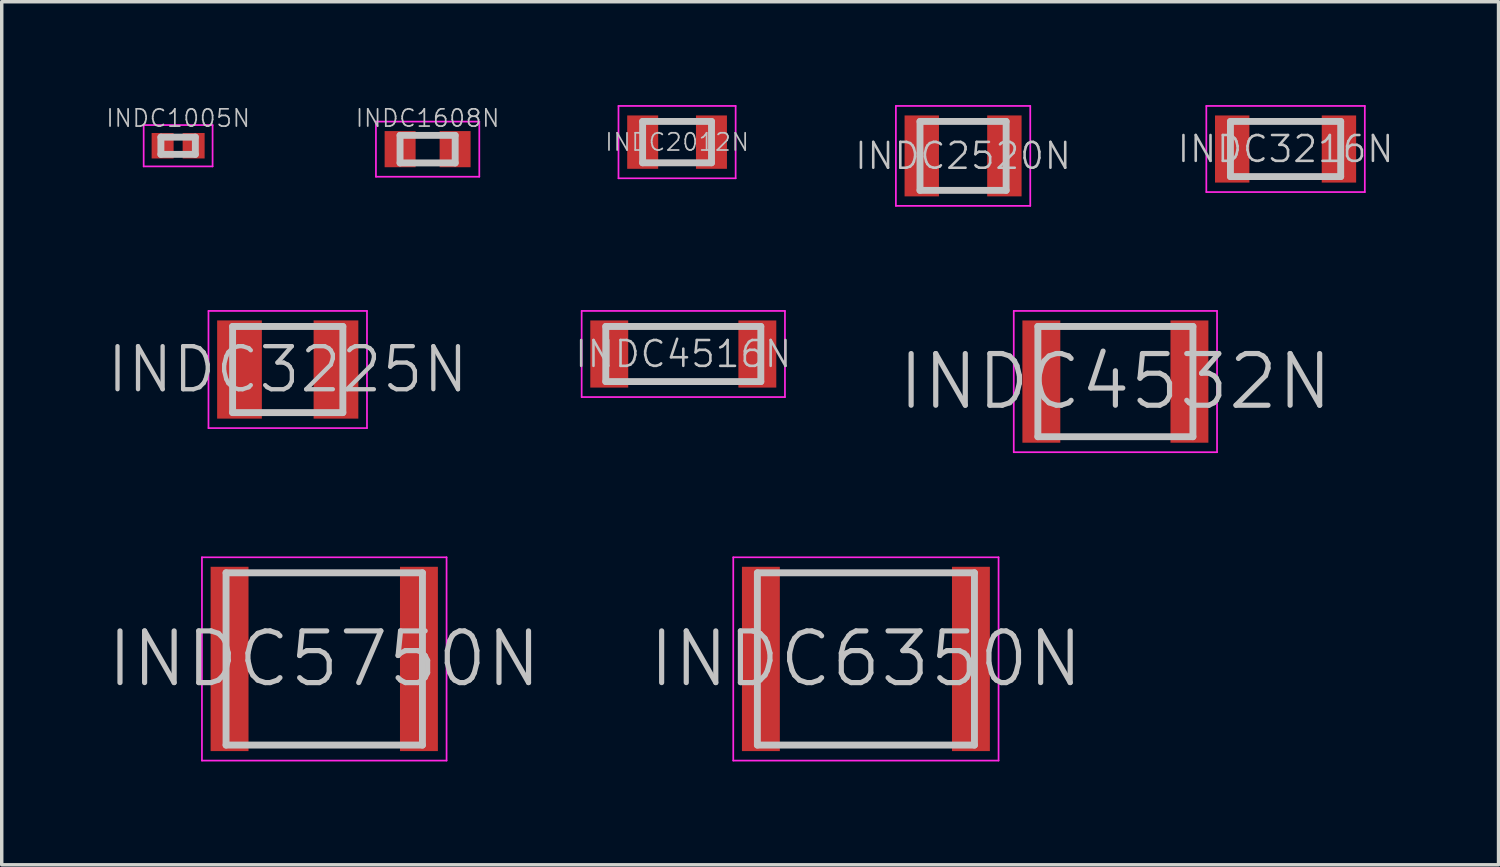
<source format=kicad_pcb>
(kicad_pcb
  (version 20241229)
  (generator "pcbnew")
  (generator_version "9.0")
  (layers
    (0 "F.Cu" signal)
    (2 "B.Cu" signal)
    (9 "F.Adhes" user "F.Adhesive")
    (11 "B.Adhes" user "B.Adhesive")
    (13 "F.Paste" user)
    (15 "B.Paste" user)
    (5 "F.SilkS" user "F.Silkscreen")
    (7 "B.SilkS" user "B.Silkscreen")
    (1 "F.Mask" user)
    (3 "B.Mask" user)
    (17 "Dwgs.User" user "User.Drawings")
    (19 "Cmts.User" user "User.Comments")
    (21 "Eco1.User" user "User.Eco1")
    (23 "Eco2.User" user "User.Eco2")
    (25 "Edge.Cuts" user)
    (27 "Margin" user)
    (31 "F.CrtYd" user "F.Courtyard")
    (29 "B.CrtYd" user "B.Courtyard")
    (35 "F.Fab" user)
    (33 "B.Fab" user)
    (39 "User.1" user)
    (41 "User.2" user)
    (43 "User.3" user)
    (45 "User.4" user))
  (footprint "INDC2520N"
    (layer "F.Cu")
    (at 24.902 1.475)
    (property "Reference" "INDC2520N" (at 0 0 0) (layer "Dwgs.User") (effects (font (size 0.75 0.75) (thickness 0.075))))
    (attr smd)
    (fp_line (start -1.25 -1) (end -1.25 1) (stroke (width 0.2) (type solid)) (layer "Dwgs.User"))
    (fp_line (start -1.25 -1) (end 1.25 -1) (stroke (width 0.2) (type solid)) (layer "Dwgs.User"))
    (fp_line (start -1.25 1) (end 1.25 1) (stroke (width 0.2) (type solid)) (layer "Dwgs.User"))
    (fp_line (start 1.25 -1) (end 1.25 1) (stroke (width 0.2) (type solid)) (layer "Dwgs.User"))
    (fp_line (start -1.95 -1.45) (end -1.95 1.45) (stroke (width 0.05) (type solid)) (layer "F.CrtYd"))
    (fp_line (start -1.95 -1.45) (end 1.95 -1.45) (stroke (width 0.05) (type solid)) (layer "F.CrtYd"))
    (fp_line (start -1.95 1.45) (end 1.95 1.45) (stroke (width 0.05) (type solid)) (layer "F.CrtYd"))
    (fp_line (start 1.95 -1.45) (end 1.95 1.45) (stroke (width 0.05) (type solid)) (layer "F.CrtYd"))
    (pad "1" smd rect (at -1.199 0 90) (size 2.349 0.998) (layers "F.Cu" "F.Mask" "F.Paste"))
    (pad "2" smd rect (at 1.199 0 270) (size 2.349 0.998) (layers "F.Cu" "F.Mask" "F.Paste")))
  (footprint "INDC3225N"
    (layer "F.Cu")
    (at 5.301 7.675)
    (property "Reference" "INDC3225N" (at 0 0 0) (layer "Dwgs.User") (effects (font (size 1.25 1.25) (thickness 0.125))))
    (attr smd)
    (fp_line (start -1.6 -1.25) (end -1.6 1.25) (stroke (width 0.2) (type solid)) (layer "Dwgs.User"))
    (fp_line (start -1.6 -1.25) (end 1.6 -1.25) (stroke (width 0.2) (type solid)) (layer "Dwgs.User"))
    (fp_line (start -1.6 1.25) (end 1.6 1.25) (stroke (width 0.2) (type solid)) (layer "Dwgs.User"))
    (fp_line (start 1.6 -1.25) (end 1.6 1.25) (stroke (width 0.2) (type solid)) (layer "Dwgs.User"))
    (fp_line (start -2.3 -1.7) (end -2.3 1.7) (stroke (width 0.05) (type solid)) (layer "F.CrtYd"))
    (fp_line (start -2.3 -1.7) (end 2.3 -1.7) (stroke (width 0.05) (type solid)) (layer "F.CrtYd"))
    (fp_line (start -2.3 1.7) (end 2.3 1.7) (stroke (width 0.05) (type solid)) (layer "F.CrtYd"))
    (fp_line (start 2.3 -1.7) (end 2.3 1.7) (stroke (width 0.05) (type solid)) (layer "F.CrtYd"))
    (pad "1" smd rect (at -1.4 0 90) (size 2.85 1.298) (layers "F.Cu" "F.Mask" "F.Paste"))
    (pad "2" smd rect (at 1.4 0 270) (size 2.85 1.298) (layers "F.Cu" "F.Mask" "F.Paste")))
  (footprint "INDC5750N"
    (layer "F.Cu")
    (at 6.361 16.075)
    (property "Reference" "INDC5750N" (at 0 0 0) (layer "Dwgs.User") (effects (font (size 1.5 1.5) (thickness 0.15))))
    (attr smd)
    (fp_line (start -2.85 -2.5) (end -2.85 2.5) (stroke (width 0.2) (type solid)) (layer "Dwgs.User"))
    (fp_line (start -2.85 -2.5) (end 2.85 -2.5) (stroke (width 0.2) (type solid)) (layer "Dwgs.User"))
    (fp_line (start -2.85 2.5) (end 2.85 2.5) (stroke (width 0.2) (type solid)) (layer "Dwgs.User"))
    (fp_line (start 2.85 -2.5) (end 2.85 2.5) (stroke (width 0.2) (type solid)) (layer "Dwgs.User"))
    (fp_line (start -3.55 -2.95) (end -3.55 2.95) (stroke (width 0.05) (type solid)) (layer "F.CrtYd"))
    (fp_line (start -3.55 -2.95) (end 3.55 -2.95) (stroke (width 0.05) (type solid)) (layer "F.CrtYd"))
    (fp_line (start -3.55 2.95) (end 3.55 2.95) (stroke (width 0.05) (type solid)) (layer "F.CrtYd"))
    (fp_line (start 3.55 -2.95) (end 3.55 2.95) (stroke (width 0.05) (type solid)) (layer "F.CrtYd"))
    (pad "1" smd rect (at -2.748 0 90) (size 5.349 1.1) (layers "F.Cu" "F.Mask" "F.Paste"))
    (pad "2" smd rect (at 2.748 0 270) (size 5.349 1.1) (layers "F.Cu" "F.Mask" "F.Paste")))
  (footprint "INDC3216N"
    (layer "F.Cu")
    (at 34.262 1.275)
    (property "Reference" "INDC3216N" (at 0 0 0) (layer "Dwgs.User") (effects (font (size 0.75 0.75) (thickness 0.075))))
    (attr smd)
    (fp_line (start -1.6 -0.8) (end -1.6 0.8) (stroke (width 0.2) (type solid)) (layer "Dwgs.User"))
    (fp_line (start -1.6 -0.8) (end 1.6 -0.8) (stroke (width 0.2) (type solid)) (layer "Dwgs.User"))
    (fp_line (start -1.6 0.8) (end 1.6 0.8) (stroke (width 0.2) (type solid)) (layer "Dwgs.User"))
    (fp_line (start 1.6 -0.8) (end 1.6 0.8) (stroke (width 0.2) (type solid)) (layer "Dwgs.User"))
    (fp_line (start -2.3 -1.25) (end -2.3 1.25) (stroke (width 0.05) (type solid)) (layer "F.CrtYd"))
    (fp_line (start -2.3 -1.25) (end 2.3 -1.25) (stroke (width 0.05) (type solid)) (layer "F.CrtYd"))
    (fp_line (start -2.3 1.25) (end 2.3 1.25) (stroke (width 0.05) (type solid)) (layer "F.CrtYd"))
    (fp_line (start 2.3 -1.25) (end 2.3 1.25) (stroke (width 0.05) (type solid)) (layer "F.CrtYd"))
    (pad "1" smd rect (at -1.549 0 90) (size 1.948 0.998) (layers "F.Cu" "F.Mask" "F.Paste"))
    (pad "2" smd rect (at 1.549 0 270) (size 1.948 0.998) (layers "F.Cu" "F.Mask" "F.Paste")))
  (footprint "INDC4532N"
    (layer "F.Cu")
    (at 29.323 8.025)
    (property "Reference" "INDC4532N" (at 0 0 0) (layer "Dwgs.User") (effects (font (size 1.5 1.5) (thickness 0.15))))
    (attr smd)
    (fp_line (start -2.25 -1.6) (end -2.25 1.6) (stroke (width 0.2) (type solid)) (layer "Dwgs.User"))
    (fp_line (start -2.25 -1.6) (end 2.25 -1.6) (stroke (width 0.2) (type solid)) (layer "Dwgs.User"))
    (fp_line (start -2.25 1.6) (end 2.25 1.6) (stroke (width 0.2) (type solid)) (layer "Dwgs.User"))
    (fp_line (start 2.25 -1.6) (end 2.25 1.6) (stroke (width 0.2) (type solid)) (layer "Dwgs.User"))
    (fp_line (start -2.95 -2.05) (end -2.95 2.05) (stroke (width 0.05) (type solid)) (layer "F.CrtYd"))
    (fp_line (start -2.95 -2.05) (end 2.95 -2.05) (stroke (width 0.05) (type solid)) (layer "F.CrtYd"))
    (fp_line (start -2.95 2.05) (end 2.95 2.05) (stroke (width 0.05) (type solid)) (layer "F.CrtYd"))
    (fp_line (start 2.95 -2.05) (end 2.95 2.05) (stroke (width 0.05) (type solid)) (layer "F.CrtYd"))
    (pad "1" smd rect (at -2.149 0 90) (size 3.548 1.1) (layers "F.Cu" "F.Mask" "F.Paste"))
    (pad "2" smd rect (at 2.149 0 270) (size 3.548 1.1) (layers "F.Cu" "F.Mask" "F.Paste")))
  (footprint "INDC6350N"
    (layer "F.Cu")
    (at 22.082 16.075)
    (property "Reference" "INDC6350N" (at 0 0 0) (layer "Dwgs.User") (effects (font (size 1.5 1.5) (thickness 0.15))))
    (attr smd)
    (fp_line (start -3.15 -2.5) (end -3.15 2.5) (stroke (width 0.2) (type solid)) (layer "Dwgs.User"))
    (fp_line (start -3.15 -2.5) (end 3.15 -2.5) (stroke (width 0.2) (type solid)) (layer "Dwgs.User"))
    (fp_line (start -3.15 2.5) (end 3.15 2.5) (stroke (width 0.2) (type solid)) (layer "Dwgs.User"))
    (fp_line (start 3.15 -2.5) (end 3.15 2.5) (stroke (width 0.2) (type solid)) (layer "Dwgs.User"))
    (fp_line (start -3.85 -2.95) (end -3.85 2.95) (stroke (width 0.05) (type solid)) (layer "F.CrtYd"))
    (fp_line (start -3.85 -2.95) (end 3.85 -2.95) (stroke (width 0.05) (type solid)) (layer "F.CrtYd"))
    (fp_line (start -3.85 2.95) (end 3.85 2.95) (stroke (width 0.05) (type solid)) (layer "F.CrtYd"))
    (fp_line (start 3.85 -2.95) (end 3.85 2.95) (stroke (width 0.05) (type solid)) (layer "F.CrtYd"))
    (pad "1" smd rect (at -3.048 0 90) (size 5.349 1.1) (layers "F.Cu" "F.Mask" "F.Paste"))
    (pad "2" smd rect (at 3.048 0 270) (size 5.349 1.1) (layers "F.Cu" "F.Mask" "F.Paste")))
  (footprint "INDC1005N"
    (layer "F.Cu")
    (at 2.12 1.18)
    (property "Reference" "INDC1005N" (at 0 -0.8 0) (layer "Dwgs.User") (effects (font (size 0.5 0.5) (thickness 0.05))))
    (attr smd)
    (fp_line (start -0.5 -0.25) (end -0.5 0.25) (stroke (width 0.2) (type solid)) (layer "Dwgs.User"))
    (fp_line (start -0.5 -0.25) (end 0.5 -0.25) (stroke (width 0.2) (type solid)) (layer "Dwgs.User"))
    (fp_line (start -0.5 0.25) (end 0.5 0.25) (stroke (width 0.2) (type solid)) (layer "Dwgs.User"))
    (fp_line (start 0.5 -0.25) (end 0.5 0.25) (stroke (width 0.2) (type solid)) (layer "Dwgs.User"))
    (fp_line (start -1 -0.6) (end -1 0.6) (stroke (width 0.05) (type solid)) (layer "F.CrtYd"))
    (fp_line (start -1 -0.6) (end 1 -0.6) (stroke (width 0.05) (type solid)) (layer "F.CrtYd"))
    (fp_line (start -1 0.6) (end 1 0.6) (stroke (width 0.05) (type solid)) (layer "F.CrtYd"))
    (fp_line (start 1 -0.6) (end 1 0.6) (stroke (width 0.05) (type solid)) (layer "F.CrtYd"))
    (pad "1" smd rect (at -0.45 0 90) (size 0.739 0.638) (layers "F.Cu" "F.Mask" "F.Paste"))
    (pad "2" smd rect (at 0.45 0 270) (size 0.739 0.638) (layers "F.Cu" "F.Mask" "F.Paste")))
  (footprint "INDC1608N"
    (layer "F.Cu")
    (at 9.361 1.279)
    (property "Reference" "INDC1608N" (at 0 -0.899 0) (layer "Dwgs.User") (effects (font (size 0.5 0.5) (thickness 0.05))))
    (attr smd)
    (fp_line (start -0.8 -0.4) (end -0.8 0.4) (stroke (width 0.2) (type solid)) (layer "Dwgs.User"))
    (fp_line (start -0.8 -0.4) (end 0.8 -0.4) (stroke (width 0.2) (type solid)) (layer "Dwgs.User"))
    (fp_line (start -0.8 0.4) (end 0.8 0.4) (stroke (width 0.2) (type solid)) (layer "Dwgs.User"))
    (fp_line (start 0.8 -0.4) (end 0.8 0.4) (stroke (width 0.2) (type solid)) (layer "Dwgs.User"))
    (fp_line (start -1.5 -0.8) (end -1.5 0.8) (stroke (width 0.05) (type solid)) (layer "F.CrtYd"))
    (fp_line (start -1.5 -0.8) (end 1.5 -0.8) (stroke (width 0.05) (type solid)) (layer "F.CrtYd"))
    (fp_line (start -1.5 0.8) (end 1.5 0.8) (stroke (width 0.05) (type solid)) (layer "F.CrtYd"))
    (fp_line (start 1.5 -0.8) (end 1.5 0.8) (stroke (width 0.05) (type solid)) (layer "F.CrtYd"))
    (pad "1" smd rect (at -0.798 0 90) (size 1.049 0.899) (layers "F.Cu" "F.Mask" "F.Paste"))
    (pad "2" smd rect (at 0.798 0 270) (size 1.049 0.899) (layers "F.Cu" "F.Mask" "F.Paste")))
  (footprint "INDC2012N"
    (layer "F.Cu")
    (at 16.601 1.075)
    (property "Reference" "INDC2012N" (at 0 0 0) (layer "Dwgs.User") (effects (font (size 0.5 0.5) (thickness 0.05))))
    (attr smd)
    (fp_line (start -1 -0.6) (end -1 0.6) (stroke (width 0.2) (type solid)) (layer "Dwgs.User"))
    (fp_line (start -1 -0.6) (end 1 -0.6) (stroke (width 0.2) (type solid)) (layer "Dwgs.User"))
    (fp_line (start -1 0.6) (end 1 0.6) (stroke (width 0.2) (type solid)) (layer "Dwgs.User"))
    (fp_line (start 1 -0.6) (end 1 0.6) (stroke (width 0.2) (type solid)) (layer "Dwgs.User"))
    (fp_line (start -1.7 -1.05) (end -1.7 1.05) (stroke (width 0.05) (type solid)) (layer "F.CrtYd"))
    (fp_line (start -1.7 -1.05) (end 1.7 -1.05) (stroke (width 0.05) (type solid)) (layer "F.CrtYd"))
    (fp_line (start -1.7 1.05) (end 1.7 1.05) (stroke (width 0.05) (type solid)) (layer "F.CrtYd"))
    (fp_line (start 1.7 -1.05) (end 1.7 1.05) (stroke (width 0.05) (type solid)) (layer "F.CrtYd"))
    (pad "1" smd rect (at -0.998 0 90) (size 1.549 0.899) (layers "F.Cu" "F.Mask" "F.Paste"))
    (pad "2" smd rect (at 0.998 0 270) (size 1.549 0.899) (layers "F.Cu" "F.Mask" "F.Paste")))
  (footprint "INDC4516N"
    (layer "F.Cu")
    (at 16.782 7.225)
    (property "Reference" "INDC4516N" (at 0 0 0) (layer "Dwgs.User") (effects (font (size 0.75 0.75) (thickness 0.075))))
    (attr smd)
    (fp_line (start -2.25 -0.8) (end -2.25 0.8) (stroke (width 0.2) (type solid)) (layer "Dwgs.User"))
    (fp_line (start -2.25 -0.8) (end 2.25 -0.8) (stroke (width 0.2) (type solid)) (layer "Dwgs.User"))
    (fp_line (start -2.25 0.8) (end 2.25 0.8) (stroke (width 0.2) (type solid)) (layer "Dwgs.User"))
    (fp_line (start 2.25 -0.8) (end 2.25 0.8) (stroke (width 0.2) (type solid)) (layer "Dwgs.User"))
    (fp_line (start -2.95 -1.25) (end -2.95 1.25) (stroke (width 0.05) (type solid)) (layer "F.CrtYd"))
    (fp_line (start -2.95 -1.25) (end 2.95 -1.25) (stroke (width 0.05) (type solid)) (layer "F.CrtYd"))
    (fp_line (start -2.95 1.25) (end 2.95 1.25) (stroke (width 0.05) (type solid)) (layer "F.CrtYd"))
    (fp_line (start 2.95 -1.25) (end 2.95 1.25) (stroke (width 0.05) (type solid)) (layer "F.CrtYd"))
    (pad "1" smd rect (at -2.149 0 90) (size 1.948 1.1) (layers "F.Cu" "F.Mask" "F.Paste"))
    (pad "2" smd rect (at 2.149 0 270) (size 1.948 1.1) (layers "F.Cu" "F.Mask" "F.Paste")))
  (gr_rect
    (start -3 -3)
    (end 40.443 22.05)
    (stroke (width 0.1) (type default))
    (fill no)
    (layer "Edge.Cuts")))
</source>
